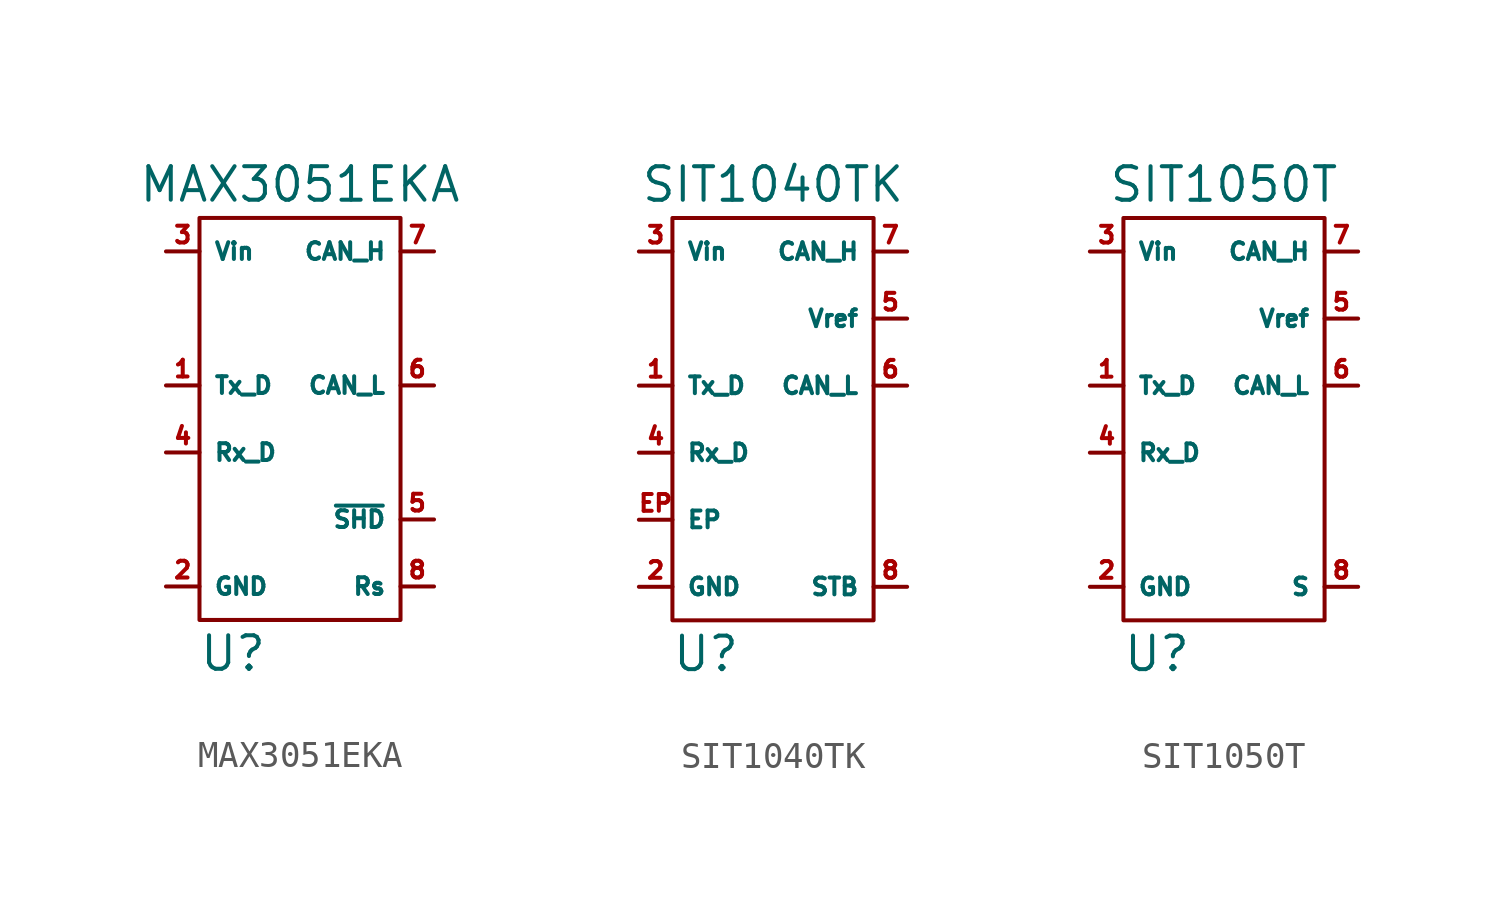
<source format=kicad_sym>
(kicad_symbol_lib
  (version 20211014)
  (generator kicad_symbol_editor)
  (symbol "MAX3051EKA"
    (property "Reference" "U"
      (at -2.54 -10.16 0)
      (effects (font (size 1.27 1.27))))
    (property "Value" "MAX3051EKA"
      (at 0 7.62 0)
      (effects (font (size 1.27 1.27))))
    (symbol "MAX3051EKA_0_1"
      (rectangle (start -3.81 6.35) (end 3.81 -8.89) (stroke (width 0) (type default) (color 0 0 0 0)) (fill (type none))))
    (symbol "MAX3051EKA_1_1"
      (pin input line (at -5.08 0 0) (length 1.27) (name "Tx_D" (effects (font (size 0.635 0.635)))) (number "1" (effects (font (size 0.635 0.635)))))
      (pin power_in line (at -5.08 -7.62 0) (length 1.27) (name "GND" (effects (font (size 0.635 0.635)))) (number "2" (effects (font (size 0.635 0.635)))))
      (pin power_in line (at -5.08 5.08 0) (length 1.27) (name "Vin" (effects (font (size 0.635 0.635)))) (number "3" (effects (font (size 0.635 0.635)))))
      (pin output line (at -5.08 -2.54 0) (length 1.27) (name "Rx_D" (effects (font (size 0.635 0.635)))) (number "4" (effects (font (size 0.635 0.635)))))
      (pin input line (at 5.08 -5.08 180) (length 1.27) (name "~{SHD}" (effects (font (size 0.635 0.635)))) (number "5" (effects (font (size 0.635 0.635)))))
      (pin bidirectional line (at 5.08 0 180) (length 1.27) (name "CAN_L" (effects (font (size 0.635 0.635)))) (number "6" (effects (font (size 0.635 0.635)))))
      (pin bidirectional line (at 5.08 5.08 180) (length 1.27) (name "CAN_H" (effects (font (size 0.635 0.635)))) (number "7" (effects (font (size 0.635 0.635)))))
      (pin input line (at 5.08 -7.62 180) (length 1.27) (name "Rs" (effects (font (size 0.635 0.635)))) (number "8" (effects (font (size 0.635 0.635)))))))
  (symbol "SIT1040TK"
    (property "Reference" "U"
      (at -2.54 -10.16 0)
      (effects (font (size 1.27 1.27))))
    (property "Value" "SIT1040TK"
      (at 0 7.62 0)
      (effects (font (size 1.27 1.27))))
    (symbol "SIT1040TK_0_1"
      (rectangle (start -3.81 6.35) (end 3.81 -8.89) (stroke (width 0) (type default) (color 0 0 0 0)) (fill (type none))))
    (symbol "SIT1040TK_1_1"
      (pin input line (at -5.08 0 0) (length 1.27) (name "Tx_D" (effects (font (size 0.635 0.635)))) (number "1" (effects (font (size 0.635 0.635)))))
      (pin power_in line (at -5.08 -7.62 0) (length 1.27) (name "GND" (effects (font (size 0.635 0.635)))) (number "2" (effects (font (size 0.635 0.635)))))
      (pin power_in line (at -5.08 5.08 0) (length 1.27) (name "Vin" (effects (font (size 0.635 0.635)))) (number "3" (effects (font (size 0.635 0.635)))))
      (pin output line (at -5.08 -2.54 0) (length 1.27) (name "Rx_D" (effects (font (size 0.635 0.635)))) (number "4" (effects (font (size 0.635 0.635)))))
      (pin power_out line (at 5.08 2.54 180) (length 1.27) (name "Vref" (effects (font (size 0.635 0.635)))) (number "5" (effects (font (size 0.635 0.635)))))
      (pin bidirectional line (at 5.08 0 180) (length 1.27) (name "CAN_L" (effects (font (size 0.635 0.635)))) (number "6" (effects (font (size 0.635 0.635)))))
      (pin bidirectional line (at 5.08 5.08 180) (length 1.27) (name "CAN_H" (effects (font (size 0.635 0.635)))) (number "7" (effects (font (size 0.635 0.635)))))
      (pin input line (at 5.08 -7.62 180) (length 1.27) (name "STB" (effects (font (size 0.635 0.635)))) (number "8" (effects (font (size 0.635 0.635)))))
      (pin passive line (at -5.08 -5.08 0) (length 1.27) (name "EP" (effects (font (size 0.635 0.635)))) (number "EP" (effects (font (size 0.635 0.635)))))))
  (symbol "SIT1050T"
    (property "Reference" "U"
      (at -2.54 -10.16 0)
      (effects (font (size 1.27 1.27))))
    (property "Value" "SIT1050T"
      (at 0 7.62 0)
      (effects (font (size 1.27 1.27))))
    (symbol "SIT1050T_0_1"
      (rectangle (start -3.81 6.35) (end 3.81 -8.89) (stroke (width 0) (type default) (color 0 0 0 0)) (fill (type none))))
    (symbol "SIT1050T_1_1"
      (pin input line (at -5.08 0 0) (length 1.27) (name "Tx_D" (effects (font (size 0.635 0.635)))) (number "1" (effects (font (size 0.635 0.635)))))
      (pin power_in line (at -5.08 -7.62 0) (length 1.27) (name "GND" (effects (font (size 0.635 0.635)))) (number "2" (effects (font (size 0.635 0.635)))))
      (pin power_in line (at -5.08 5.08 0) (length 1.27) (name "Vin" (effects (font (size 0.635 0.635)))) (number "3" (effects (font (size 0.635 0.635)))))
      (pin output line (at -5.08 -2.54 0) (length 1.27) (name "Rx_D" (effects (font (size 0.635 0.635)))) (number "4" (effects (font (size 0.635 0.635)))))
      (pin power_out line (at 5.08 2.54 180) (length 1.27) (name "Vref" (effects (font (size 0.635 0.635)))) (number "5" (effects (font (size 0.635 0.635)))))
      (pin bidirectional line (at 5.08 0 180) (length 1.27) (name "CAN_L" (effects (font (size 0.635 0.635)))) (number "6" (effects (font (size 0.635 0.635)))))
      (pin bidirectional line (at 5.08 5.08 180) (length 1.27) (name "CAN_H" (effects (font (size 0.635 0.635)))) (number "7" (effects (font (size 0.635 0.635)))))
      (pin input line (at 5.08 -7.62 180) (length 1.27) (name "S" (effects (font (size 0.635 0.635)))) (number "8" (effects (font (size 0.635 0.635))))))))
</source>
